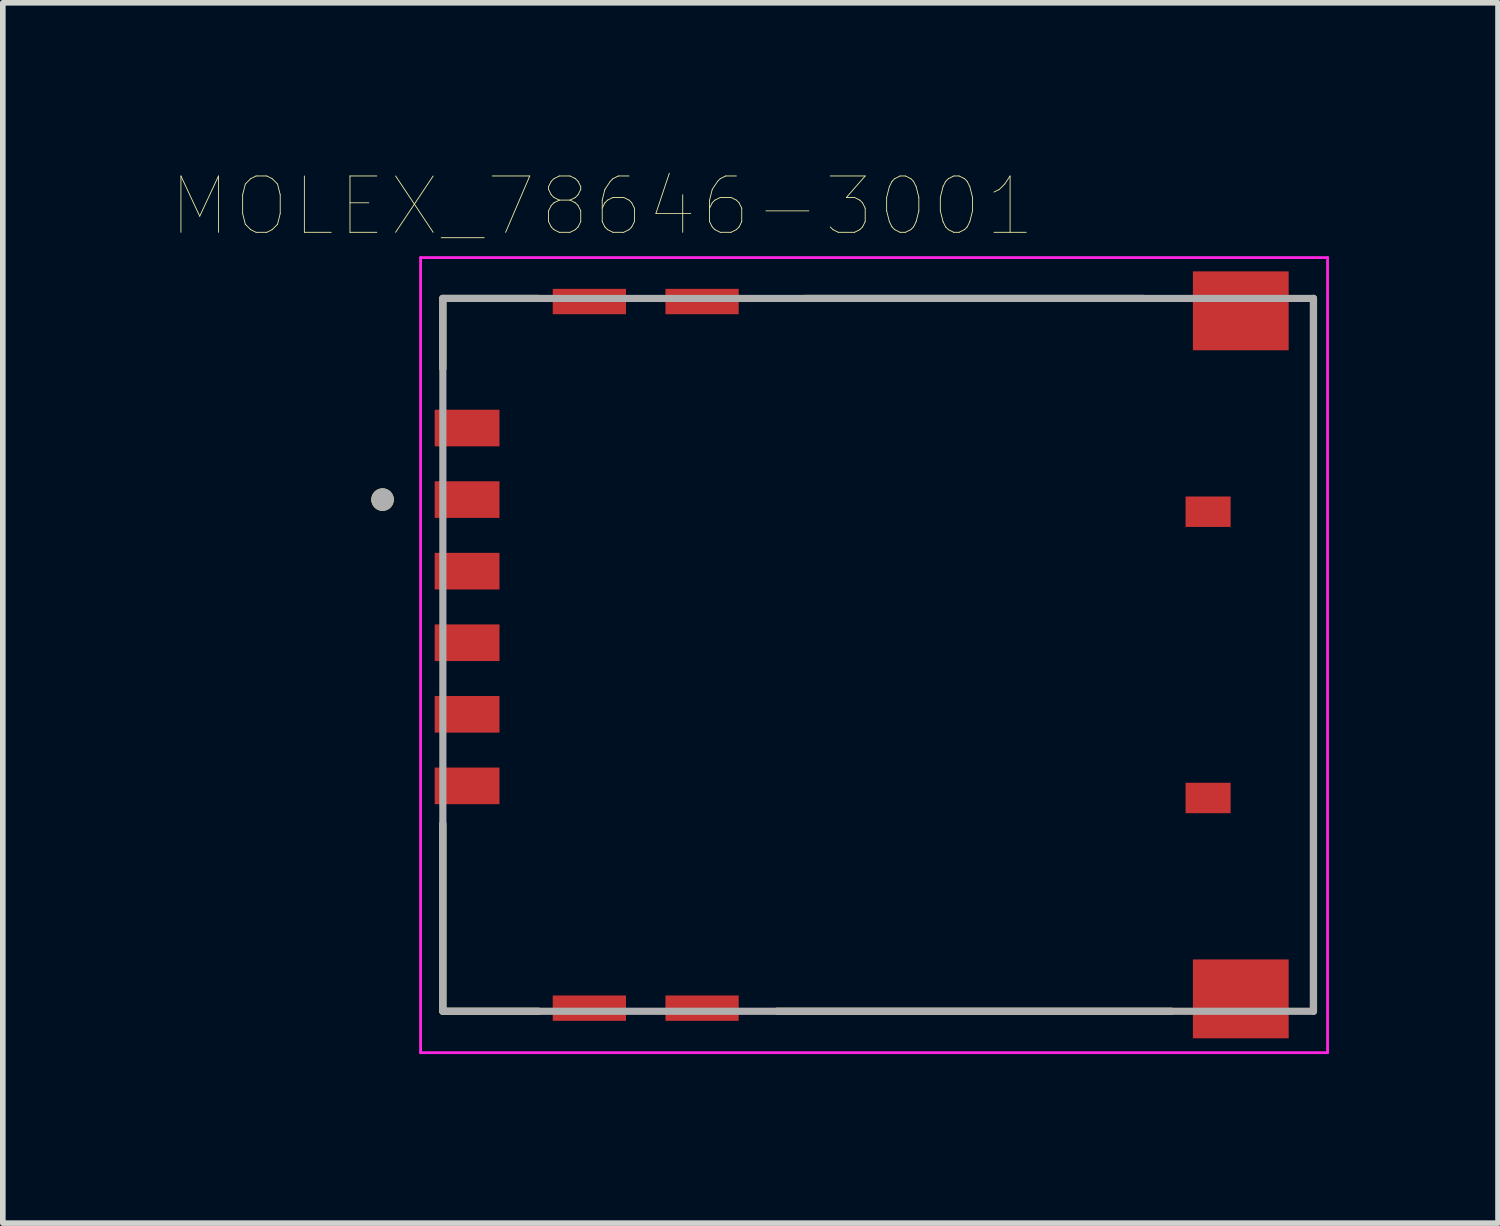
<source format=kicad_pcb>
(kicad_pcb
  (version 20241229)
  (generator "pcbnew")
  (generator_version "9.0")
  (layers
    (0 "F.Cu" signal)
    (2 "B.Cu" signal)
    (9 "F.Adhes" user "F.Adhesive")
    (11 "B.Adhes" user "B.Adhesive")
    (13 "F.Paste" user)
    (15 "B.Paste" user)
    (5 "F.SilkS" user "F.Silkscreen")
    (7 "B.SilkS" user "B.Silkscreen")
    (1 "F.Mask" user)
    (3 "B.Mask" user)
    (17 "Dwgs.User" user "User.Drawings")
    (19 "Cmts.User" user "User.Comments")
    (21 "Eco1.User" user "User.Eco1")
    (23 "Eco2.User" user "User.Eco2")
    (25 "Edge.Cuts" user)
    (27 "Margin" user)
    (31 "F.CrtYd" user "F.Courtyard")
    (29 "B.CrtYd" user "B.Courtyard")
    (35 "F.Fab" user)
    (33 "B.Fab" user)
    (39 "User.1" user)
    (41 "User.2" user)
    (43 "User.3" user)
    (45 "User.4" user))
  (footprint "MOLEX_78646-3001"
    (layer "F.Cu")
    (at 12.534 8.571)
    (property "Reference" "MOLEX_78646-3001" (at -4.897 -7.96 0) (layer "F.SilkS") (effects (font (size 1 1) (thickness 0.015))))
    (attr through_hole)
    (fp_line (start -7.725 -6.325) (end -7.725 -5.08) (stroke (width 0.127) (type solid)) (layer "F.SilkS"))
    (fp_line (start -7.725 -6.325) (end -6.025 -6.325) (stroke (width 0.127) (type solid)) (layer "F.SilkS"))
    (fp_line (start -7.725 3) (end -7.725 6.325) (stroke (width 0.127) (type solid)) (layer "F.SilkS"))
    (fp_line (start -7.725 6.325) (end -6.025 6.325) (stroke (width 0.127) (type solid)) (layer "F.SilkS"))
    (fp_line (start -1.795 6.325) (end 5.205 6.325) (stroke (width 0.127) (type solid)) (layer "F.SilkS"))
    (fp_line (start -1.295 -6.325) (end 4.705 -6.325) (stroke (width 0.127) (type solid)) (layer "F.SilkS"))
    (fp_line (start 7.725 -6.325) (end 7.725 6.325) (stroke (width 0.127) (type solid)) (layer "F.SilkS"))
    (fp_circle (center -8.795 -2.755) (end -8.695 -2.755) (stroke (width 0.2) (type solid)) (fill no) (layer "F.SilkS"))
    (fp_line (start -8.12 -7.05) (end 7.975 -7.05) (stroke (width 0.05) (type solid)) (layer "F.CrtYd"))
    (fp_line (start -8.12 7.06) (end -8.12 -7.05) (stroke (width 0.05) (type solid)) (layer "F.CrtYd"))
    (fp_line (start 7.975 -7.05) (end 7.975 7.06) (stroke (width 0.05) (type solid)) (layer "F.CrtYd"))
    (fp_line (start 7.975 7.06) (end -8.12 7.06) (stroke (width 0.05) (type solid)) (layer "F.CrtYd"))
    (fp_line (start -7.725 -6.325) (end -7.725 6.325) (stroke (width 0.127) (type solid)) (layer "F.Fab"))
    (fp_line (start 7.725 -6.325) (end -7.725 -6.325) (stroke (width 0.127) (type solid)) (layer "F.Fab"))
    (fp_line (start 7.725 -6.325) (end 7.725 6.325) (stroke (width 0.127) (type solid)) (layer "F.Fab"))
    (fp_line (start 7.725 6.325) (end -7.725 6.325) (stroke (width 0.127) (type solid)) (layer "F.Fab"))
    (fp_circle (center -8.795 -2.755) (end -8.695 -2.755) (stroke (width 0.2) (type solid)) (fill no) (layer "F.Fab"))
    (pad "C1" smd rect (at -7.295 -2.755) (size 1.15 0.65) (layers "F.Cu" "F.Mask" "F.Paste"))
    (pad "C2" smd rect (at -7.295 -0.215) (size 1.15 0.65) (layers "F.Cu" "F.Mask" "F.Paste"))
    (pad "C3" smd rect (at -7.295 2.325) (size 1.15 0.65) (layers "F.Cu" "F.Mask" "F.Paste"))
    (pad "C5" smd rect (at -7.295 -4.025) (size 1.15 0.65) (layers "F.Cu" "F.Mask" "F.Paste"))
    (pad "C6" smd rect (at -7.295 -1.485) (size 1.15 0.65) (layers "F.Cu" "F.Mask" "F.Paste"))
    (pad "C7" smd rect (at -7.295 1.055) (size 1.15 0.65) (layers "F.Cu" "F.Mask" "F.Paste"))
    (pad "G1" smd rect (at -5.125 -6.27) (size 1.3 0.45) (layers "F.Cu" "F.Mask" "F.Paste"))
    (pad "G2" smd rect (at -3.125 -6.27) (size 1.3 0.45) (layers "F.Cu" "F.Mask" "F.Paste"))
    (pad "G3" smd rect (at -5.125 6.27) (size 1.3 0.45) (layers "F.Cu" "F.Mask" "F.Paste"))
    (pad "G4" smd rect (at -3.125 6.27) (size 1.3 0.45) (layers "F.Cu" "F.Mask" "F.Paste"))
    (pad "G5" smd rect (at 6.435 6.105) (size 1.7 1.4) (layers "F.Cu" "F.Mask" "F.Paste"))
    (pad "G6" smd rect (at 6.435 -6.105) (size 1.7 1.4) (layers "F.Cu" "F.Mask" "F.Paste"))
    (pad "X1" smd rect (at 5.855 -2.54) (size 0.8 0.54) (layers "F.Cu" "F.Mask" "F.Paste"))
    (pad "X2" smd rect (at 5.855 2.54) (size 0.8 0.54) (layers "F.Cu" "F.Mask" "F.Paste")))
  (gr_rect
    (start -3 -3)
    (end 23.534 18.656)
    (stroke (width 0.1) (type default))
    (fill no)
    (layer "Edge.Cuts")))
</source>
